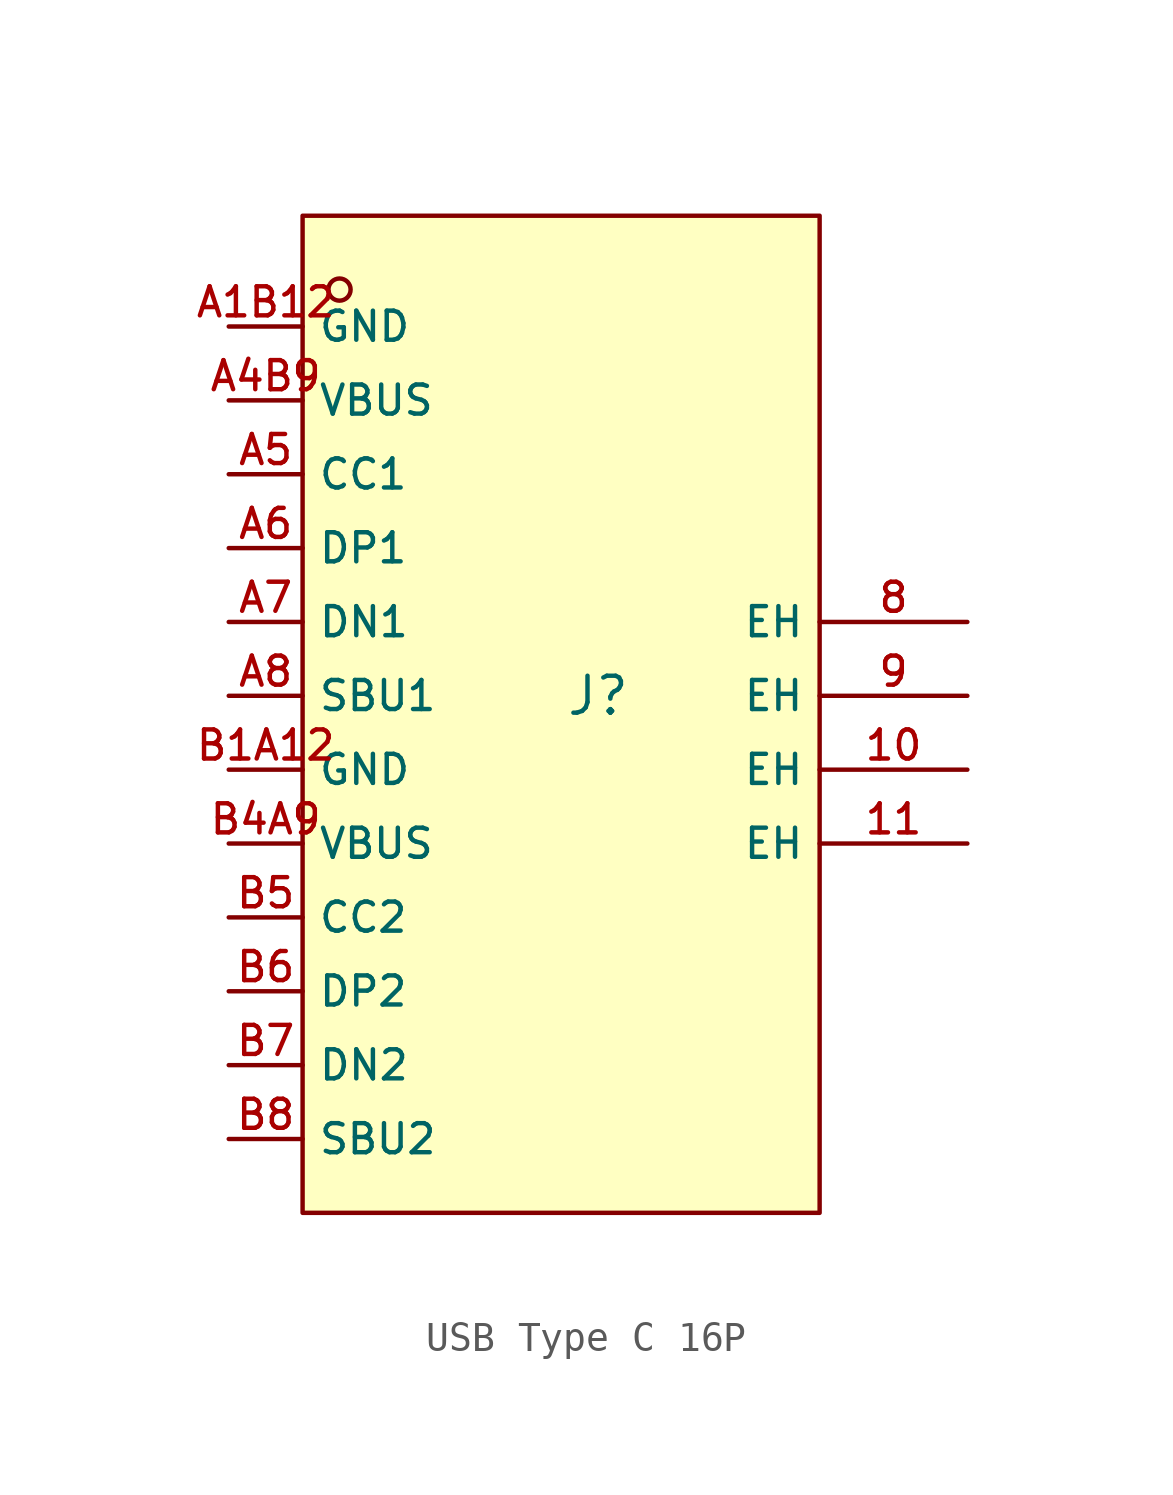
<source format=kicad_sym>
(kicad_symbol_lib
  (version 20231120)
  (generator "CDFER_Archive_Tool")
  (generator_version "0.0")
  (symbol "USB Type C 16P"
    (property "Reference" "J"
      (at 0 1.27 0)
      (effects (font (size 1.27 1.27))))
    (symbol "USB Type C 16P_0_1"
      (rectangle (start -10.16 17.78) (end 7.62 -16.51) (stroke (width 0) (type default)) (fill (type background)))
      (circle (center -8.89 15.24) (radius 0.381) (stroke (width 0) (type default)) (fill (type background)))
      (pin unspecified line (at 12.7 -1.27 180) (length 5.08) (name "EH" (effects (font (size 1 1)))) (number "10" (effects (font (size 1 1)))))
      (pin unspecified line (at 12.7 -3.81 180) (length 5.08) (name "EH" (effects (font (size 1 1)))) (number "11" (effects (font (size 1 1)))))
      (pin unspecified line (at 12.7 3.81 180) (length 5.08) (name "EH" (effects (font (size 1 1)))) (number "8" (effects (font (size 1 1)))))
      (pin unspecified line (at 12.7 1.27 180) (length 5.08) (name "EH" (effects (font (size 1 1)))) (number "9" (effects (font (size 1 1)))))
      (pin unspecified line (at -12.7 13.97 0) (length 2.54) (name "GND" (effects (font (size 1 1)))) (number "A1B12" (effects (font (size 1 1)))))
      (pin unspecified line (at -12.7 11.43 0) (length 2.54) (name "VBUS" (effects (font (size 1 1)))) (number "A4B9" (effects (font (size 1 1)))))
      (pin unspecified line (at -12.7 8.89 0) (length 2.54) (name "CC1" (effects (font (size 1 1)))) (number "A5" (effects (font (size 1 1)))))
      (pin unspecified line (at -12.7 6.35 0) (length 2.54) (name "DP1" (effects (font (size 1 1)))) (number "A6" (effects (font (size 1 1)))))
      (pin unspecified line (at -12.7 3.81 0) (length 2.54) (name "DN1" (effects (font (size 1 1)))) (number "A7" (effects (font (size 1 1)))))
      (pin unspecified line (at -12.7 1.27 0) (length 2.54) (name "SBU1" (effects (font (size 1 1)))) (number "A8" (effects (font (size 1 1)))))
      (pin unspecified line (at -12.7 -1.27 0) (length 2.54) (name "GND" (effects (font (size 1 1)))) (number "B1A12" (effects (font (size 1 1)))))
      (pin unspecified line (at -12.7 -3.81 0) (length 2.54) (name "VBUS" (effects (font (size 1 1)))) (number "B4A9" (effects (font (size 1 1)))))
      (pin unspecified line (at -12.7 -6.35 0) (length 2.54) (name "CC2" (effects (font (size 1 1)))) (number "B5" (effects (font (size 1 1)))))
      (pin unspecified line (at -12.7 -8.89 0) (length 2.54) (name "DP2" (effects (font (size 1 1)))) (number "B6" (effects (font (size 1 1)))))
      (pin unspecified line (at -12.7 -11.43 0) (length 2.54) (name "DN2" (effects (font (size 1 1)))) (number "B7" (effects (font (size 1 1)))))
      (pin unspecified line (at -12.7 -13.97 0) (length 2.54) (name "SBU2" (effects (font (size 1 1)))) (number "B8" (effects (font (size 1 1))))))))
</source>
